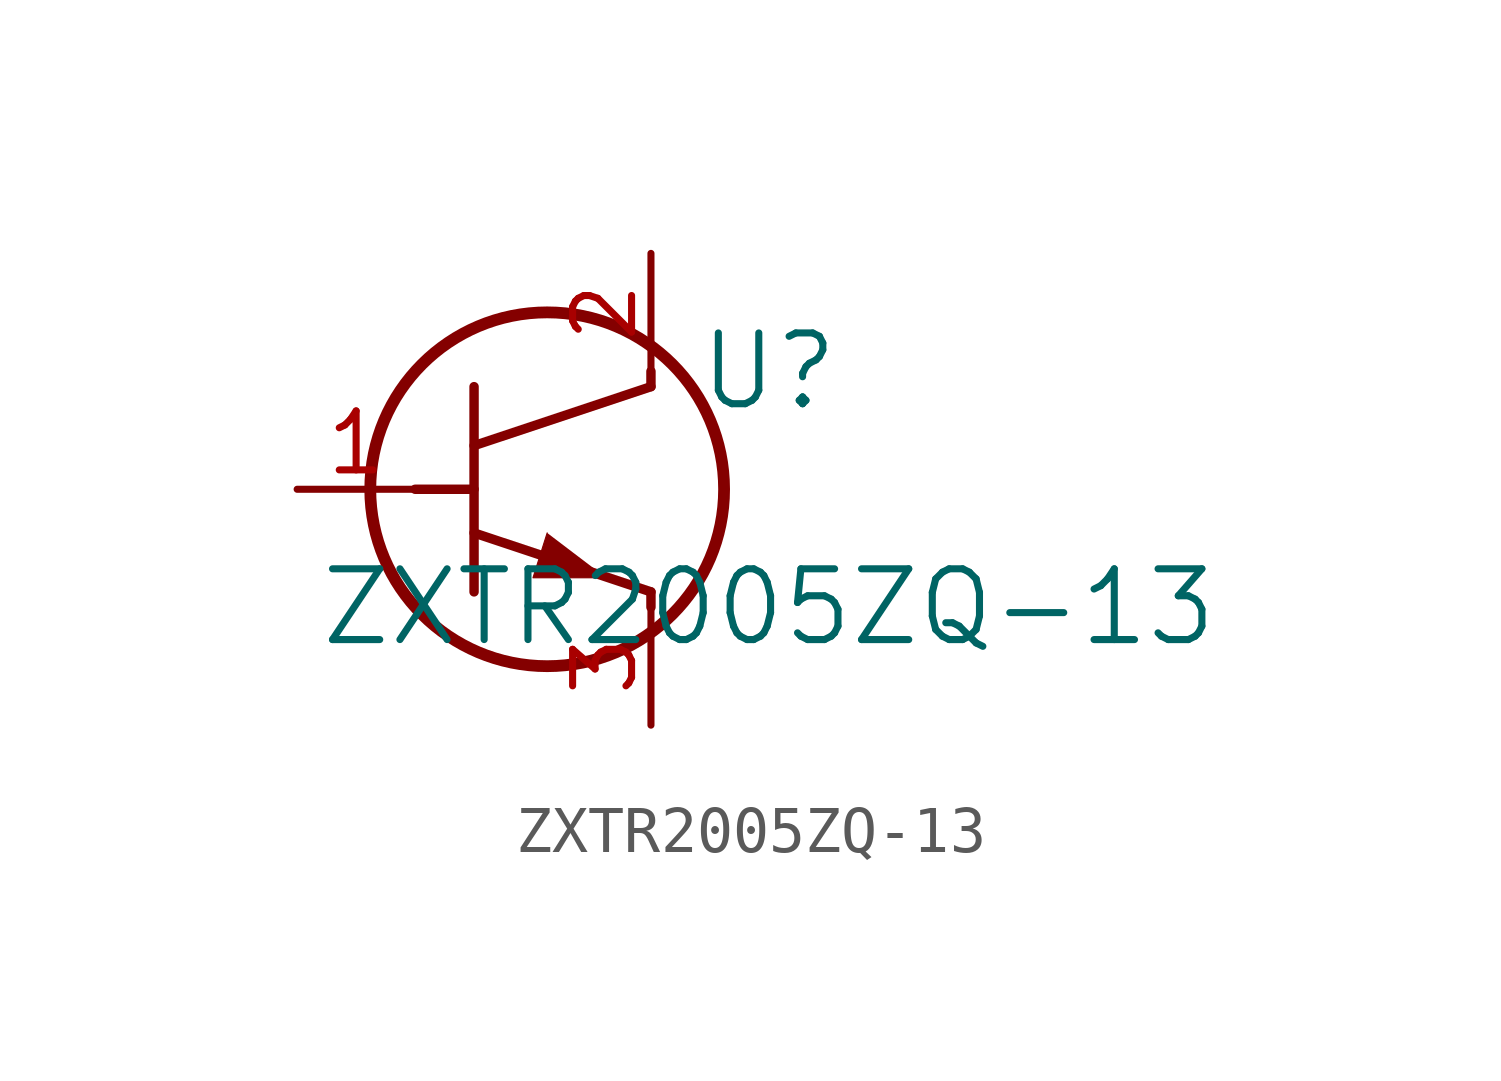
<source format=kicad_sym>
(kicad_symbol_lib
  (version 20211014)
  (generator kicad_symbol_editor)
  (symbol "ZXTR2005ZQ-13"
    (pin_names
      (offset 0.254))
    (property "Reference" "U"
      (at 10.16 2.54 0)
      (effects (font (size 1.524 1.524))))
    (property "Value" "ZXTR2005ZQ-13"
      (at 10.16 -2.54 0)
      (effects (font (size 1.524 1.524))))
    (symbol "ZXTR2005ZQ-13_0_1"
      (circle (center 5.385 0) (radius 3.81) (stroke (width 0.254) (type default) (color 0 0 0 0)) (fill (type none)))
      (polyline (pts (xy 3.81 -2.21) (xy 3.81 2.21)) (stroke (width 0.203) (type default) (color 0 0 0 0)) (fill (type none)))
      (polyline (pts (xy 3.81 0.94) (xy 7.62 2.21)) (stroke (width 0.203) (type default) (color 0 0 0 0)) (fill (type none)))
      (polyline (pts (xy 3.81 -0.94) (xy 7.62 -2.21)) (stroke (width 0.203) (type default) (color 0 0 0 0)) (fill (type none)))
      (polyline (pts (xy 7.62 -2.54) (xy 7.62 -2.21)) (stroke (width 0.203) (type default) (color 0 0 0 0)) (fill (type none)))
      (polyline (pts (xy 7.62 2.21) (xy 7.62 2.54)) (stroke (width 0.203) (type default) (color 0 0 0 0)) (fill (type none)))
      (polyline (pts (xy 2.54 0) (xy 3.81 0)) (stroke (width 0.203) (type default) (color 0 0 0 0)) (fill (type none)))
      (polyline (pts (xy 5.385 -0.94) (xy 5.08 -1.905) (xy 6.655 -1.905)) (stroke (width 0.025) (type default) (color 0 0 0 0)) (fill (type outline)))
      (pin unspecified line (at 0 0 0) (length 2.54) (name "" (effects (font (size 1.27 1.27)))) (number "1" (effects (font (size 1.27 1.27)))))
      (pin unspecified line (at 7.62 5.08 270) (length 2.54) (name "" (effects (font (size 1.27 1.27)))) (number "2" (effects (font (size 1.27 1.27)))))
      (pin unspecified line (at 7.62 -5.08 90) (length 2.54) (name "" (effects (font (size 1.27 1.27)))) (number "3" (effects (font (size 1.27 1.27))))))))
</source>
